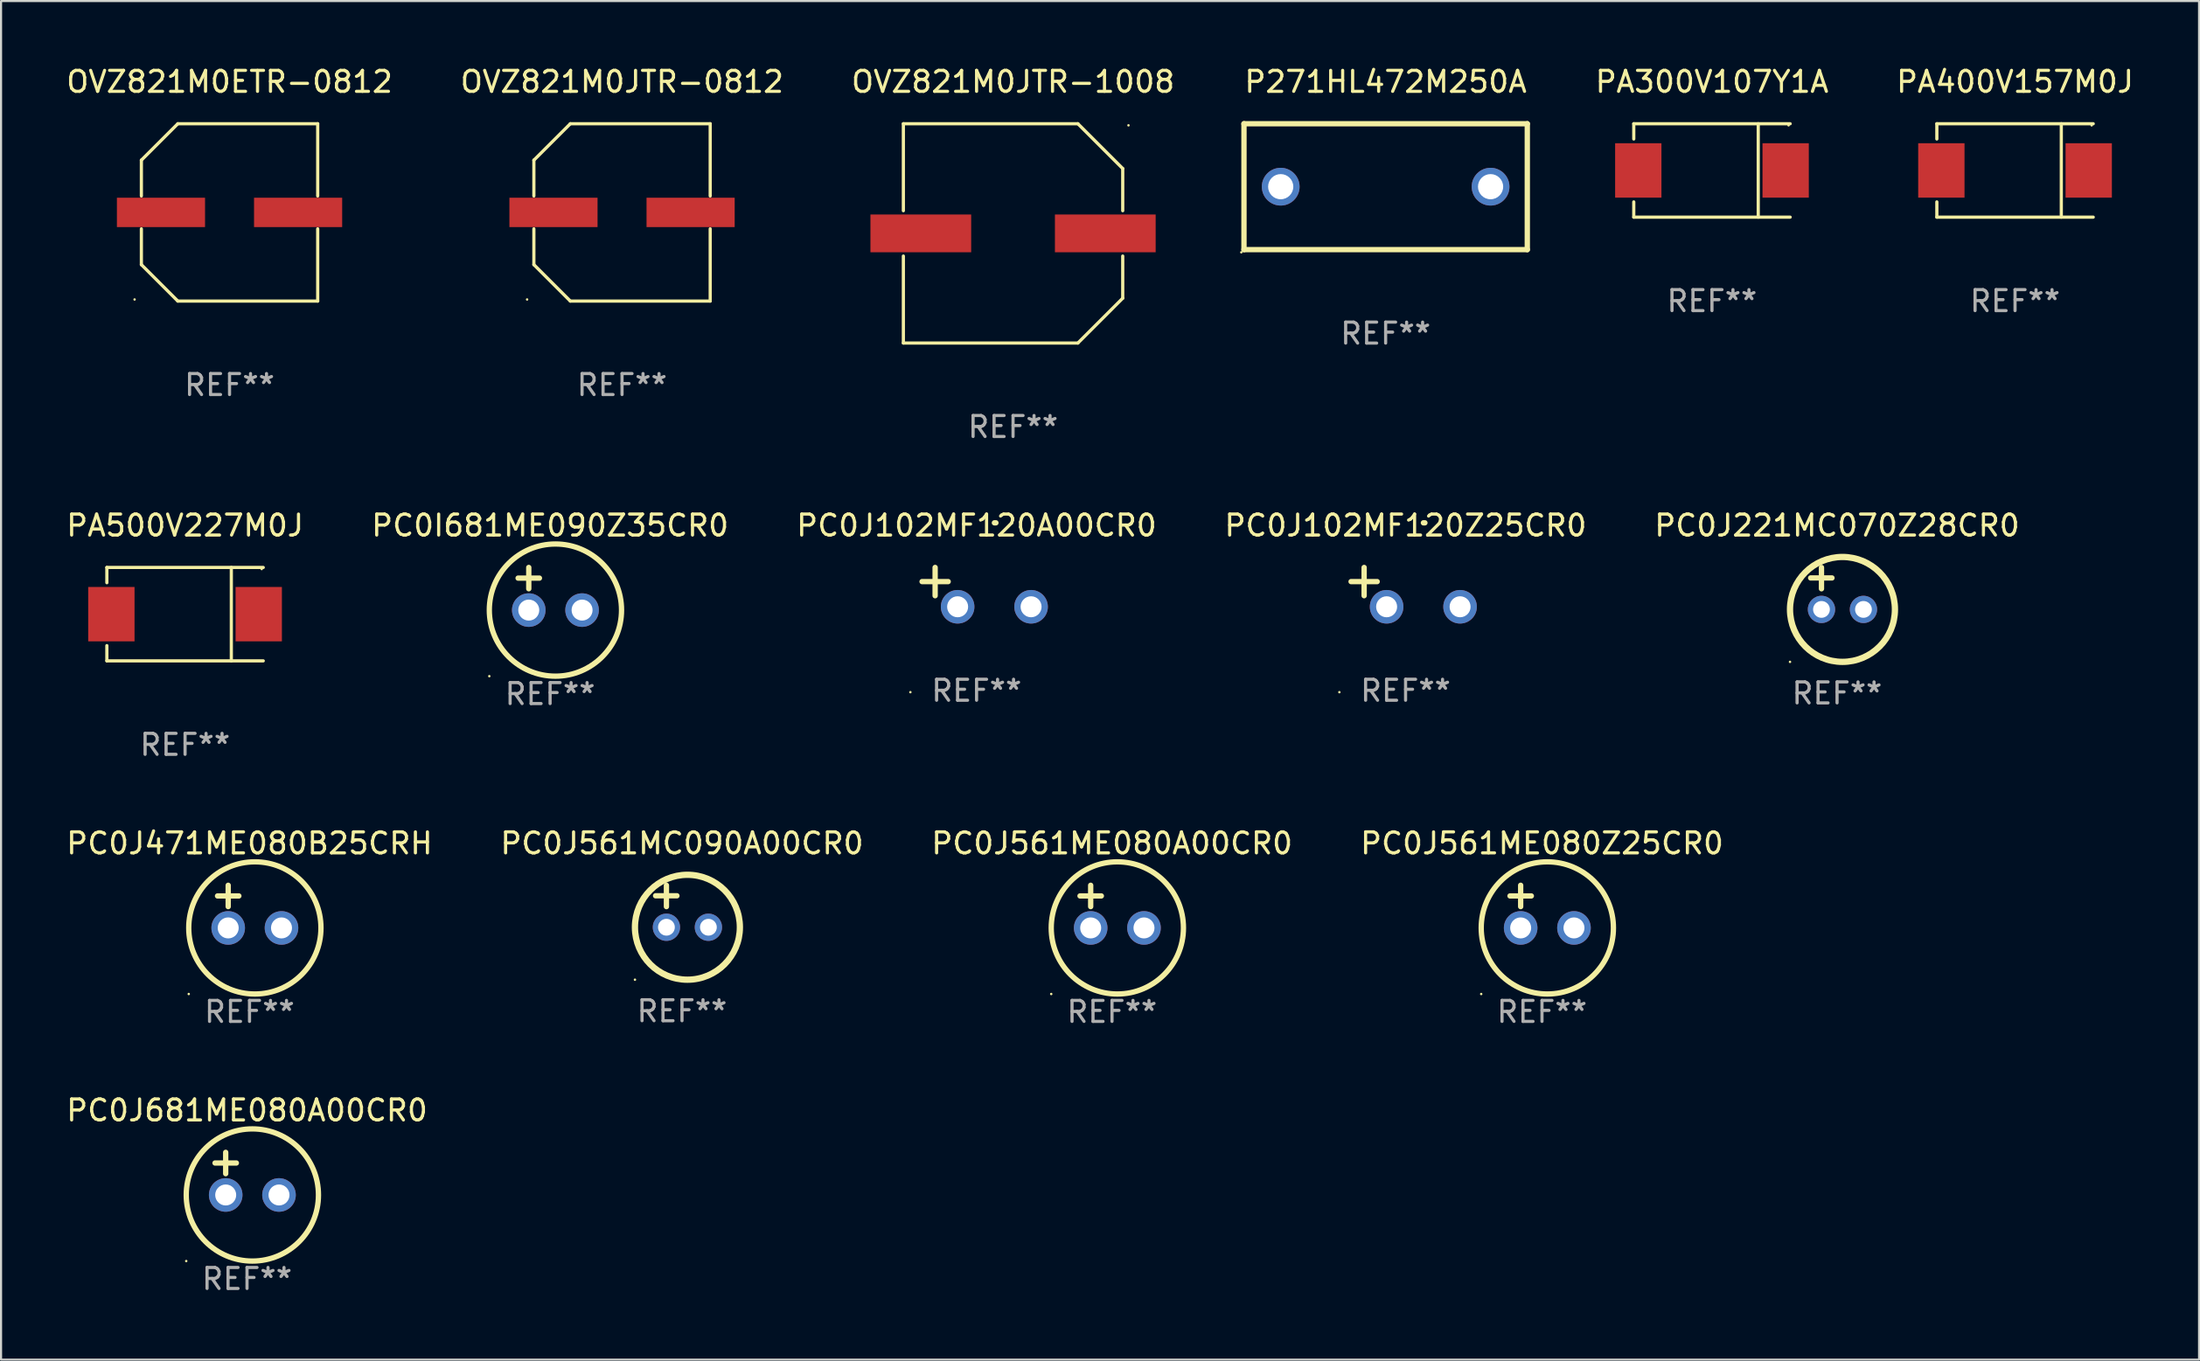
<source format=kicad_pcb>
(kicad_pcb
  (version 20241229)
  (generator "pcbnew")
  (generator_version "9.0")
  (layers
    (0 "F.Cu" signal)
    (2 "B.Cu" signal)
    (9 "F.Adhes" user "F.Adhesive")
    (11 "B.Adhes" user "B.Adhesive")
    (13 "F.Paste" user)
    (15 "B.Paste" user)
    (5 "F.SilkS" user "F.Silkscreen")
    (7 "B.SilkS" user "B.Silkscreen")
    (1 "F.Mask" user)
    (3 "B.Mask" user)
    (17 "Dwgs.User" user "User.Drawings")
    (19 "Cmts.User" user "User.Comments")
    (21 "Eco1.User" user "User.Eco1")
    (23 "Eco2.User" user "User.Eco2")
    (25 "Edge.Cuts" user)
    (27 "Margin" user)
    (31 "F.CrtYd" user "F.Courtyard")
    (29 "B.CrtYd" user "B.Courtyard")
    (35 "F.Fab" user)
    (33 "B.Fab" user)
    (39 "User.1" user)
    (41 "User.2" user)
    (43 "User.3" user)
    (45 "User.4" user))
  (footprint "PC0J681ME080A00CR0"
    (layer "F.Cu")
    (at 8.72 52.891)
    (property "Reference" "PC0J681ME080A00CR0" (at 0 -3.016 0) (layer "F.SilkS") (effects (font (size 1 1) (thickness 0.15))))
    (attr through_hole)
    (fp_line (start -1.524 -0.508) (end -0.508 -0.508) (stroke (width 0.254) (type solid)) (layer "F.SilkS"))
    (fp_line (start -1.016 -1.016) (end -1.016 0) (stroke (width 0.254) (type solid)) (layer "F.SilkS"))
    (fp_circle (center -2.896 4.166) (end -2.866 4.166) (stroke (width 0.06) (type solid)) (fill no) (layer "F.SilkS"))
    (fp_circle (center 0.254 1.016) (end 3.404 1.016) (stroke (width 0.254) (type solid)) (fill no) (layer "F.SilkS"))
    (fp_text user "REF**" (at 0 5.016 0) (layer "F.Fab") (effects (font (size 1 1) (thickness 0.15))))
    (pad "1" thru_hole circle (at -1.016 1.016) (size 1.6 1.6) (drill 1) (layers "*.Cu" "*.Mask"))
    (pad "2" thru_hole circle (at 1.524 1.016) (size 1.6 1.6) (drill 1) (layers "*.Cu" "*.Mask")))
  (footprint "OVZ821M0ETR-0812"
    (layer "F.Cu")
    (at 7.887 7.074)
    (property "Reference" "OVZ821M0ETR-0812" (at 0 -6.226 0) (layer "F.SilkS") (effects (font (size 1 1) (thickness 0.15))))
    (attr through_hole)
    (fp_line (start -4.201 -2.49) (end -4.201 -0.782) (stroke (width 0.152) (type solid)) (layer "F.SilkS"))
    (fp_line (start -4.201 2.49) (end -4.201 0.782) (stroke (width 0.152) (type solid)) (layer "F.SilkS"))
    (fp_line (start -2.465 -4.226) (end -4.201 -2.49) (stroke (width 0.152) (type solid)) (layer "F.SilkS"))
    (fp_line (start -2.465 4.226) (end -4.201 2.49) (stroke (width 0.152) (type solid)) (layer "F.SilkS"))
    (fp_line (start 4.201 -4.226) (end -2.465 -4.226) (stroke (width 0.152) (type solid)) (layer "F.SilkS"))
    (fp_line (start 4.201 -0.782) (end 4.201 -4.226) (stroke (width 0.152) (type solid)) (layer "F.SilkS"))
    (fp_line (start 4.201 0.782) (end 4.201 4.226) (stroke (width 0.152) (type solid)) (layer "F.SilkS"))
    (fp_line (start 4.201 4.226) (end -2.465 4.226) (stroke (width 0.152) (type solid)) (layer "F.SilkS"))
    (fp_circle (center -4.524 4.15) (end -4.494 4.15) (stroke (width 0.06) (type solid)) (fill no) (layer "F.SilkS"))
    (fp_text user "REF**" (at 0 8.226 0) (layer "F.Fab") (effects (font (size 1 1) (thickness 0.15))))
    (pad "1" smd rect (at -3.267 0) (size 4.2 1.4) (layers "F.Cu" "F.Mask" "F.Paste"))
    (pad "2" smd rect (at 3.267 0) (size 4.2 1.4) (layers "F.Cu" "F.Mask" "F.Paste")))
  (footprint "PC0J102MF120Z25CR0"
    (layer "F.Cu")
    (at 63.923 24.934)
    (property "Reference" "PC0J102MF120Z25CR0" (at 0 -2.937 0) (layer "F.SilkS") (effects (font (size 1 1) (thickness 0.15))))
    (attr through_hole)
    (fp_line (start -1.975 0.41) (end -1.975 -0.937) (stroke (width 0.254) (type solid)) (layer "F.SilkS"))
    (fp_line (start -1.353 -0.263) (end -2.597 -0.263) (stroke (width 0.254) (type solid)) (layer "F.SilkS"))
    (fp_arc (start 0.849809 -3.063957) (mid 0.885369 -3.064114) (end 0.920929 -3.063957) (stroke (width 0.254001) (type solid)) (layer "F.SilkS"))
    (fp_circle (center -3.154 5.008) (end -3.124 5.008) (stroke (width 0.06) (type solid)) (fill no) (layer "F.SilkS"))
    (fp_text user "REF**" (at 0 4.937 0) (layer "F.Fab") (effects (font (size 1 1) (thickness 0.15))))
    (pad "1" thru_hole circle (at -0.903 0.937) (size 1.6 1.6) (drill 1) (layers "*.Cu" "*.Mask"))
    (pad "2" thru_hole circle (at 2.597 0.937) (size 1.6 1.6) (drill 1) (layers "*.Cu" "*.Mask")))
  (footprint "OVZ821M0JTR-1008"
    (layer "F.Cu")
    (at 45.22 8.074)
    (property "Reference" "OVZ821M0JTR-1008" (at 0 -7.226 0) (layer "F.SilkS") (effects (font (size 1 1) (thickness 0.15))))
    (attr through_hole)
    (fp_line (start -5.226 -5.226) (end -5.226 -1.08) (stroke (width 0.152) (type solid)) (layer "F.SilkS"))
    (fp_line (start -5.226 -5.226) (end 3.09 -5.226) (stroke (width 0.152) (type solid)) (layer "F.SilkS"))
    (fp_line (start -5.226 1.08) (end -5.226 5.226) (stroke (width 0.152) (type solid)) (layer "F.SilkS"))
    (fp_line (start -5.226 5.226) (end 3.09 5.226) (stroke (width 0.152) (type solid)) (layer "F.SilkS"))
    (fp_line (start 3.09 -5.226) (end 5.226 -3.09) (stroke (width 0.152) (type solid)) (layer "F.SilkS"))
    (fp_line (start 3.09 5.226) (end 5.226 3.09) (stroke (width 0.152) (type solid)) (layer "F.SilkS"))
    (fp_line (start 5.226 -1.08) (end 5.226 -3.09) (stroke (width 0.152) (type solid)) (layer "F.SilkS"))
    (fp_line (start 5.226 3.09) (end 5.226 1.08) (stroke (width 0.152) (type solid)) (layer "F.SilkS"))
    (fp_circle (center 5.5 -5.15) (end 5.53 -5.15) (stroke (width 0.06) (type solid)) (fill no) (layer "F.SilkS"))
    (fp_text user "REF**" (at 0 9.226 0) (layer "F.Fab") (effects (font (size 1 1) (thickness 0.15))))
    (pad "1" smd rect (at 4.395 0 180) (size 4.8 1.8) (layers "F.Cu" "F.Mask" "F.Paste"))
    (pad "2" smd rect (at -4.395 0 180) (size 4.8 1.8) (layers "F.Cu" "F.Mask" "F.Paste")))
  (footprint "PA500V227M0J"
    (layer "F.Cu")
    (at 5.768 26.223)
    (property "Reference" "PA500V227M0J" (at 0 -4.226 0) (layer "F.SilkS") (effects (font (size 1 1) (thickness 0.15))))
    (attr through_hole)
    (fp_line (start -3.726 -2.226) (end -3.726 -1.499) (stroke (width 0.152) (type solid)) (layer "F.SilkS"))
    (fp_line (start -3.726 -2.226) (end 3.726 -2.226) (stroke (width 0.152) (type solid)) (layer "F.SilkS"))
    (fp_line (start -3.726 2.226) (end -3.726 1.499) (stroke (width 0.152) (type solid)) (layer "F.SilkS"))
    (fp_line (start -3.726 2.226) (end 3.726 2.226) (stroke (width 0.152) (type solid)) (layer "F.SilkS"))
    (fp_line (start 2.204 -2.226) (end 2.204 2.226) (stroke (width 0.152) (type solid)) (layer "F.SilkS"))
    (fp_circle (center 3.65 -2.15) (end 3.68 -2.15) (stroke (width 0.06) (type solid)) (fill no) (layer "F.SilkS"))
    (fp_text user "REF**" (at 0 6.226 0) (layer "F.Fab") (effects (font (size 1 1) (thickness 0.15))))
    (pad "1" smd rect (at 3.511 0) (size 2.207 2.592) (layers "F.Cu" "F.Mask" "F.Paste"))
    (pad "2" smd rect (at -3.511 0) (size 2.207 2.592) (layers "F.Cu" "F.Mask" "F.Paste")))
  (footprint "PC0J561ME080A00CR0"
    (layer "F.Cu")
    (at 49.935 40.162)
    (property "Reference" "PC0J561ME080A00CR0" (at 0 -3.016 0) (layer "F.SilkS") (effects (font (size 1 1) (thickness 0.15))))
    (attr through_hole)
    (fp_line (start -1.524 -0.508) (end -0.508 -0.508) (stroke (width 0.254) (type solid)) (layer "F.SilkS"))
    (fp_line (start -1.016 -1.016) (end -1.016 0) (stroke (width 0.254) (type solid)) (layer "F.SilkS"))
    (fp_circle (center -2.896 4.166) (end -2.866 4.166) (stroke (width 0.06) (type solid)) (fill no) (layer "F.SilkS"))
    (fp_circle (center 0.254 1.016) (end 3.404 1.016) (stroke (width 0.254) (type solid)) (fill no) (layer "F.SilkS"))
    (fp_text user "REF**" (at 0 5.016 0) (layer "F.Fab") (effects (font (size 1 1) (thickness 0.15))))
    (pad "1" thru_hole circle (at -1.016 1.016) (size 1.6 1.6) (drill 1) (layers "*.Cu" "*.Mask"))
    (pad "2" thru_hole circle (at 1.524 1.016) (size 1.6 1.6) (drill 1) (layers "*.Cu" "*.Mask")))
  (footprint "OVZ821M0JTR-0812"
    (layer "F.Cu")
    (at 26.589 7.074)
    (property "Reference" "OVZ821M0JTR-0812" (at 0 -6.226 0) (layer "F.SilkS") (effects (font (size 1 1) (thickness 0.15))))
    (attr through_hole)
    (fp_line (start -4.201 -2.49) (end -4.201 -0.782) (stroke (width 0.152) (type solid)) (layer "F.SilkS"))
    (fp_line (start -4.201 2.49) (end -4.201 0.782) (stroke (width 0.152) (type solid)) (layer "F.SilkS"))
    (fp_line (start -2.465 -4.226) (end -4.201 -2.49) (stroke (width 0.152) (type solid)) (layer "F.SilkS"))
    (fp_line (start -2.465 4.226) (end -4.201 2.49) (stroke (width 0.152) (type solid)) (layer "F.SilkS"))
    (fp_line (start 4.201 -4.226) (end -2.465 -4.226) (stroke (width 0.152) (type solid)) (layer "F.SilkS"))
    (fp_line (start 4.201 -0.782) (end 4.201 -4.226) (stroke (width 0.152) (type solid)) (layer "F.SilkS"))
    (fp_line (start 4.201 0.782) (end 4.201 4.226) (stroke (width 0.152) (type solid)) (layer "F.SilkS"))
    (fp_line (start 4.201 4.226) (end -2.465 4.226) (stroke (width 0.152) (type solid)) (layer "F.SilkS"))
    (fp_circle (center -4.524 4.15) (end -4.494 4.15) (stroke (width 0.06) (type solid)) (fill no) (layer "F.SilkS"))
    (fp_text user "REF**" (at 0 8.226 0) (layer "F.Fab") (effects (font (size 1 1) (thickness 0.15))))
    (pad "1" smd rect (at -3.267 0) (size 4.2 1.4) (layers "F.Cu" "F.Mask" "F.Paste"))
    (pad "2" smd rect (at 3.267 0) (size 4.2 1.4) (layers "F.Cu" "F.Mask" "F.Paste")))
  (footprint "PC0I681ME090Z35CR0"
    (layer "F.Cu")
    (at 23.161 25.013)
    (property "Reference" "PC0I681ME090Z35CR0" (at 0 -3.016 0) (layer "F.SilkS") (effects (font (size 1 1) (thickness 0.15))))
    (attr through_hole)
    (fp_line (start -1.524 -0.508) (end -0.508 -0.508) (stroke (width 0.254) (type solid)) (layer "F.SilkS"))
    (fp_line (start -1.016 -1.016) (end -1.016 0) (stroke (width 0.254) (type solid)) (layer "F.SilkS"))
    (fp_circle (center -2.896 4.166) (end -2.866 4.166) (stroke (width 0.06) (type solid)) (fill no) (layer "F.SilkS"))
    (fp_circle (center 0.254 1.016) (end 3.404 1.016) (stroke (width 0.254) (type solid)) (fill no) (layer "F.SilkS"))
    (fp_text user "REF**" (at 0 5.016 0) (layer "F.Fab") (effects (font (size 1 1) (thickness 0.15))))
    (pad "1" thru_hole circle (at -1.016 1.016) (size 1.6 1.6) (drill 1) (layers "*.Cu" "*.Mask"))
    (pad "2" thru_hole circle (at 1.524 1.016) (size 1.6 1.6) (drill 1) (layers "*.Cu" "*.Mask")))
  (footprint "PA400V157M0J"
    (layer "F.Cu")
    (at 92.963 5.074)
    (property "Reference" "PA400V157M0J" (at 0 -4.226 0) (layer "F.SilkS") (effects (font (size 1 1) (thickness 0.15))))
    (attr through_hole)
    (fp_line (start -3.726 -2.226) (end -3.726 -1.499) (stroke (width 0.152) (type solid)) (layer "F.SilkS"))
    (fp_line (start -3.726 -2.226) (end 3.726 -2.226) (stroke (width 0.152) (type solid)) (layer "F.SilkS"))
    (fp_line (start -3.726 2.226) (end -3.726 1.499) (stroke (width 0.152) (type solid)) (layer "F.SilkS"))
    (fp_line (start -3.726 2.226) (end 3.726 2.226) (stroke (width 0.152) (type solid)) (layer "F.SilkS"))
    (fp_line (start 2.204 -2.226) (end 2.204 2.226) (stroke (width 0.152) (type solid)) (layer "F.SilkS"))
    (fp_circle (center 3.65 -2.15) (end 3.68 -2.15) (stroke (width 0.06) (type solid)) (fill no) (layer "F.SilkS"))
    (fp_text user "REF**" (at 0 6.226 0) (layer "F.Fab") (effects (font (size 1 1) (thickness 0.15))))
    (pad "1" smd rect (at 3.511 0) (size 2.207 2.592) (layers "F.Cu" "F.Mask" "F.Paste"))
    (pad "2" smd rect (at -3.511 0) (size 2.207 2.592) (layers "F.Cu" "F.Mask" "F.Paste")))
  (footprint "PC0J102MF120A00CR0"
    (layer "F.Cu")
    (at 43.482 24.934)
    (property "Reference" "PC0J102MF120A00CR0" (at 0 -2.937 0) (layer "F.SilkS") (effects (font (size 1 1) (thickness 0.15))))
    (attr through_hole)
    (fp_line (start -1.975 0.41) (end -1.975 -0.937) (stroke (width 0.254) (type solid)) (layer "F.SilkS"))
    (fp_line (start -1.353 -0.263) (end -2.597 -0.263) (stroke (width 0.254) (type solid)) (layer "F.SilkS"))
    (fp_arc (start 0.849809 -3.063957) (mid 0.885369 -3.064114) (end 0.920929 -3.063957) (stroke (width 0.254001) (type solid)) (layer "F.SilkS"))
    (fp_circle (center -3.154 5.008) (end -3.124 5.008) (stroke (width 0.06) (type solid)) (fill no) (layer "F.SilkS"))
    (fp_text user "REF**" (at 0 4.937 0) (layer "F.Fab") (effects (font (size 1 1) (thickness 0.15))))
    (pad "1" thru_hole circle (at -0.903 0.937) (size 1.6 1.6) (drill 1) (layers "*.Cu" "*.Mask"))
    (pad "2" thru_hole circle (at 2.597 0.937) (size 1.6 1.6) (drill 1) (layers "*.Cu" "*.Mask")))
  (footprint "PA300V107Y1A"
    (layer "F.Cu")
    (at 78.522 5.074)
    (property "Reference" "PA300V107Y1A" (at 0 -4.226 0) (layer "F.SilkS") (effects (font (size 1 1) (thickness 0.15))))
    (attr through_hole)
    (fp_line (start -3.726 -2.226) (end -3.726 -1.499) (stroke (width 0.152) (type solid)) (layer "F.SilkS"))
    (fp_line (start -3.726 -2.226) (end 3.726 -2.226) (stroke (width 0.152) (type solid)) (layer "F.SilkS"))
    (fp_line (start -3.726 2.226) (end -3.726 1.499) (stroke (width 0.152) (type solid)) (layer "F.SilkS"))
    (fp_line (start -3.726 2.226) (end 3.726 2.226) (stroke (width 0.152) (type solid)) (layer "F.SilkS"))
    (fp_line (start 2.204 -2.226) (end 2.204 2.226) (stroke (width 0.152) (type solid)) (layer "F.SilkS"))
    (fp_circle (center 3.65 -2.15) (end 3.68 -2.15) (stroke (width 0.06) (type solid)) (fill no) (layer "F.SilkS"))
    (fp_text user "REF**" (at 0 6.226 0) (layer "F.Fab") (effects (font (size 1 1) (thickness 0.15))))
    (pad "1" smd rect (at 3.511 0) (size 2.207 2.592) (layers "F.Cu" "F.Mask" "F.Paste"))
    (pad "2" smd rect (at -3.511 0) (size 2.207 2.592) (layers "F.Cu" "F.Mask" "F.Paste")))
  (footprint "PC0J561MC090A00CR0"
    (layer "F.Cu")
    (at 29.446 40.146)
    (property "Reference" "PC0J561MC090A00CR0" (at 0 -3 0) (layer "F.SilkS") (effects (font (size 1 1) (thickness 0.15))))
    (attr through_hole)
    (fp_line (start -1.258 -0.5) (end -0.242 -0.5) (stroke (width 0.254) (type solid)) (layer "F.SilkS"))
    (fp_line (start -0.742 -1) (end -0.742 0.016) (stroke (width 0.254) (type solid)) (layer "F.SilkS"))
    (fp_circle (center -2.242 3.5) (end -2.212 3.5) (stroke (width 0.06) (type solid)) (fill no) (layer "F.SilkS"))
    (fp_circle (center 0.258 1) (end 2.758 1) (stroke (width 0.3) (type solid)) (fill no) (layer "F.SilkS"))
    (fp_text user "REF**" (at 0 5 0) (layer "F.Fab") (effects (font (size 1 1) (thickness 0.15))))
    (pad "1" thru_hole circle (at -0.742 1) (size 1.3 1.3) (drill 0.8) (layers "*.Cu" "*.Mask"))
    (pad "2" thru_hole circle (at 1.258 1) (size 1.3 1.3) (drill 0.8) (layers "*.Cu" "*.Mask")))
  (footprint "PC0J561ME080Z25CR0"
    (layer "F.Cu")
    (at 70.423 40.162)
    (property "Reference" "PC0J561ME080Z25CR0" (at 0 -3.016 0) (layer "F.SilkS") (effects (font (size 1 1) (thickness 0.15))))
    (attr through_hole)
    (fp_line (start -1.524 -0.508) (end -0.508 -0.508) (stroke (width 0.254) (type solid)) (layer "F.SilkS"))
    (fp_line (start -1.016 -1.016) (end -1.016 0) (stroke (width 0.254) (type solid)) (layer "F.SilkS"))
    (fp_circle (center -2.896 4.166) (end -2.866 4.166) (stroke (width 0.06) (type solid)) (fill no) (layer "F.SilkS"))
    (fp_circle (center 0.254 1.016) (end 3.404 1.016) (stroke (width 0.254) (type solid)) (fill no) (layer "F.SilkS"))
    (fp_text user "REF**" (at 0 5.016 0) (layer "F.Fab") (effects (font (size 1 1) (thickness 0.15))))
    (pad "1" thru_hole circle (at -1.016 1.016) (size 1.6 1.6) (drill 1) (layers "*.Cu" "*.Mask"))
    (pad "2" thru_hole circle (at 1.524 1.016) (size 1.6 1.6) (drill 1) (layers "*.Cu" "*.Mask")))
  (footprint "P271HL472M250A"
    (layer "F.Cu")
    (at 62.973 5.848)
    (property "Reference" "P271HL472M250A" (at 0 -5 0) (layer "F.SilkS") (effects (font (size 1 1) (thickness 0.15))))
    (attr through_hole)
    (fp_line (start -6.75 -3) (end 6.75 -3) (stroke (width 0.254) (type solid)) (layer "F.SilkS"))
    (fp_line (start -6.75 3) (end -6.75 -3) (stroke (width 0.254) (type solid)) (layer "F.SilkS"))
    (fp_line (start 6.75 -3) (end 6.75 3) (stroke (width 0.254) (type solid)) (layer "F.SilkS"))
    (fp_line (start 6.75 3) (end -6.75 3) (stroke (width 0.254) (type solid)) (layer "F.SilkS"))
    (fp_circle (center -6.877 3.127) (end -6.847 3.127) (stroke (width 0.06) (type solid)) (fill no) (layer "F.SilkS"))
    (fp_text user "REF**" (at 0 7 0) (layer "F.Fab") (effects (font (size 1 1) (thickness 0.15))))
    (pad "1" thru_hole circle (at -5 0) (size 1.8 1.8) (drill 1.2) (layers "*.Cu" "*.Mask"))
    (pad "2" thru_hole circle (at 5 0) (size 1.8 1.8) (drill 1.2) (layers "*.Cu" "*.Mask")))
  (footprint "PC0J471ME080B25CRH"
    (layer "F.Cu")
    (at 8.839 40.162)
    (property "Reference" "PC0J471ME080B25CRH" (at 0 -3.016 0) (layer "F.SilkS") (effects (font (size 1 1) (thickness 0.15))))
    (attr through_hole)
    (fp_line (start -1.524 -0.508) (end -0.508 -0.508) (stroke (width 0.254) (type solid)) (layer "F.SilkS"))
    (fp_line (start -1.016 -1.016) (end -1.016 0) (stroke (width 0.254) (type solid)) (layer "F.SilkS"))
    (fp_circle (center -2.896 4.166) (end -2.866 4.166) (stroke (width 0.06) (type solid)) (fill no) (layer "F.SilkS"))
    (fp_circle (center 0.254 1.016) (end 3.404 1.016) (stroke (width 0.254) (type solid)) (fill no) (layer "F.SilkS"))
    (fp_text user "REF**" (at 0 5.016 0) (layer "F.Fab") (effects (font (size 1 1) (thickness 0.15))))
    (pad "1" thru_hole circle (at -1.016 1.016) (size 1.6 1.6) (drill 1) (layers "*.Cu" "*.Mask"))
    (pad "2" thru_hole circle (at 1.524 1.016) (size 1.6 1.6) (drill 1) (layers "*.Cu" "*.Mask")))
  (footprint "PC0J221MC070Z28CR0"
    (layer "F.Cu")
    (at 84.482 24.997)
    (property "Reference" "PC0J221MC070Z28CR0" (at 0 -3 0) (layer "F.SilkS") (effects (font (size 1 1) (thickness 0.15))))
    (attr through_hole)
    (fp_line (start -1.258 -0.5) (end -0.242 -0.5) (stroke (width 0.254) (type solid)) (layer "F.SilkS"))
    (fp_line (start -0.742 -1) (end -0.742 0.016) (stroke (width 0.254) (type solid)) (layer "F.SilkS"))
    (fp_circle (center -2.242 3.5) (end -2.212 3.5) (stroke (width 0.06) (type solid)) (fill no) (layer "F.SilkS"))
    (fp_circle (center 0.258 1) (end 2.758 1) (stroke (width 0.3) (type solid)) (fill no) (layer "F.SilkS"))
    (fp_text user "REF**" (at 0 5 0) (layer "F.Fab") (effects (font (size 1 1) (thickness 0.15))))
    (pad "1" thru_hole circle (at -0.742 1) (size 1.3 1.3) (drill 0.8) (layers "*.Cu" "*.Mask"))
    (pad "2" thru_hole circle (at 1.258 1) (size 1.3 1.3) (drill 0.8) (layers "*.Cu" "*.Mask")))
  (gr_rect
    (start -3 -3)
    (end 101.731 61.755)
    (stroke (width 0.1) (type default))
    (fill no)
    (layer "Edge.Cuts")))
</source>
